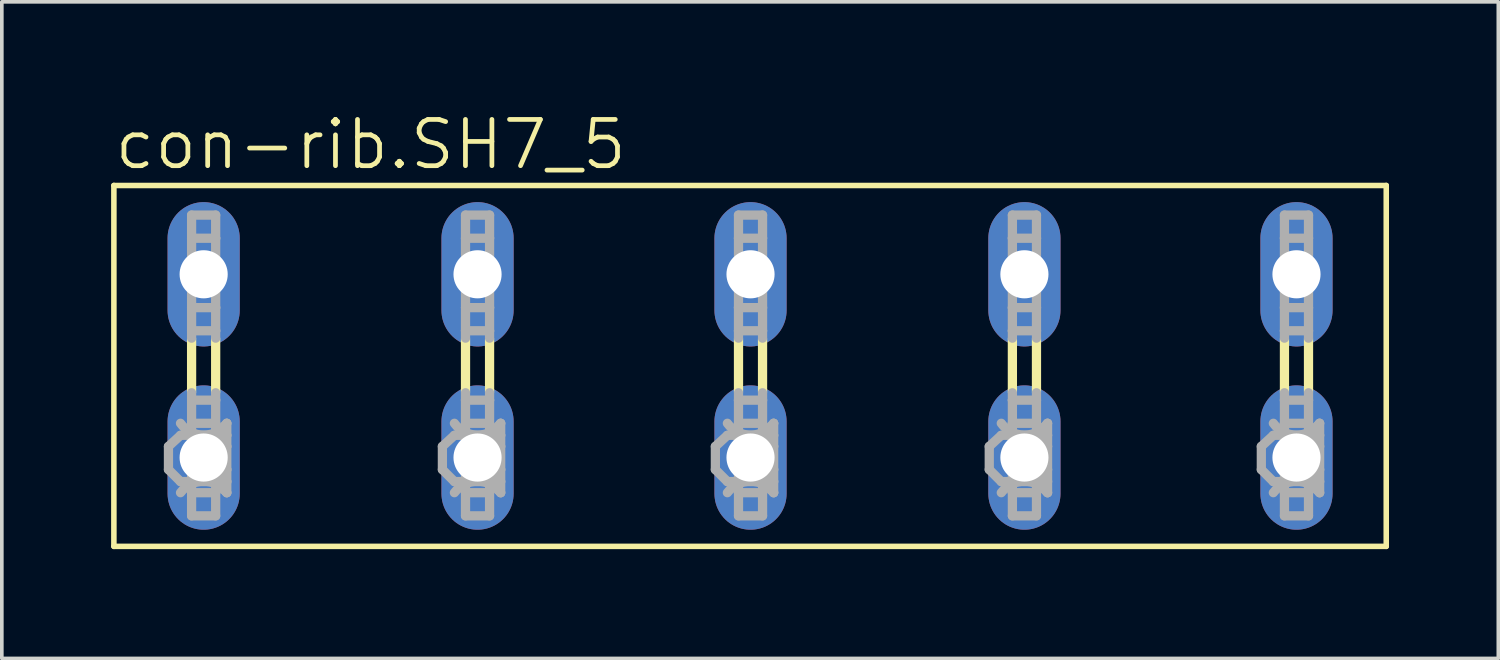
<source format=kicad_pcb>
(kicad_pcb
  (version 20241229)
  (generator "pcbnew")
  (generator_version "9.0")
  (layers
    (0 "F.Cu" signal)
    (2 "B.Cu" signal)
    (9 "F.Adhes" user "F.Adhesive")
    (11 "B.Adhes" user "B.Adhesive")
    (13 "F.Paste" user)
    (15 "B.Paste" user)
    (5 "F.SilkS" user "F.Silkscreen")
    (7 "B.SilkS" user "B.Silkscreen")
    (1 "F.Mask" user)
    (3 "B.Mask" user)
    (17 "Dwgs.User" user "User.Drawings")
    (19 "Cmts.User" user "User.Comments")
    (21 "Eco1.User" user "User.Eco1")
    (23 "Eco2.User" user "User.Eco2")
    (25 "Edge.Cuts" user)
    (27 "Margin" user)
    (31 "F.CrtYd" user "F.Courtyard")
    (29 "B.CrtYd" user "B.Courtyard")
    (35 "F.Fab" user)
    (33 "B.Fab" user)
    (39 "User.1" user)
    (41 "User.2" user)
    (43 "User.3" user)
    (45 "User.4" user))
  (footprint "con-rib.SH7_5"
    (layer "F.Cu")
    (at 17.551 6.994)
    (property "Reference" "con-rib.SH7_5" (at -17.526 -5.334 0) (layer "F.SilkS") (effects (font (size 1.27 1.27) (thickness 0.13)) (justify left bottom)))
    (attr through_hole)
    (fp_line (start -17.475 -4.953) (end -17.475 4.953) (stroke (width 0.152) (type default)) (layer "F.SilkS"))
    (fp_line (start -17.475 -4.953) (end 17.45 -4.953) (stroke (width 0.152) (type default)) (layer "F.SilkS"))
    (fp_line (start -15.342 0.711) (end -15.342 -0.737) (stroke (width 0.254) (type default)) (layer "F.SilkS"))
    (fp_line (start -14.681 0.711) (end -14.681 -0.737) (stroke (width 0.254) (type default)) (layer "F.SilkS"))
    (fp_line (start -7.823 0.711) (end -7.823 -0.737) (stroke (width 0.254) (type default)) (layer "F.SilkS"))
    (fp_line (start -7.163 0.711) (end -7.163 -0.737) (stroke (width 0.254) (type default)) (layer "F.SilkS"))
    (fp_line (start -0.33 0.711) (end -0.33 -0.737) (stroke (width 0.254) (type default)) (layer "F.SilkS"))
    (fp_line (start 0.33 0.711) (end 0.33 -0.737) (stroke (width 0.254) (type default)) (layer "F.SilkS"))
    (fp_line (start 7.188 0.711) (end 7.188 -0.737) (stroke (width 0.254) (type default)) (layer "F.SilkS"))
    (fp_line (start 7.849 0.711) (end 7.849 -0.737) (stroke (width 0.254) (type default)) (layer "F.SilkS"))
    (fp_line (start 14.656 0.711) (end 14.656 -0.737) (stroke (width 0.254) (type default)) (layer "F.SilkS"))
    (fp_line (start 15.316 0.711) (end 15.316 -0.737) (stroke (width 0.254) (type default)) (layer "F.SilkS"))
    (fp_line (start 17.45 4.953) (end -17.475 4.953) (stroke (width 0.152) (type default)) (layer "F.SilkS"))
    (fp_line (start 17.45 4.953) (end 17.45 -4.953) (stroke (width 0.152) (type default)) (layer "F.SilkS"))
    (fp_line (start -15.977 2.21) (end -15.646 1.905) (stroke (width 0.254) (type default)) (layer "F.Fab"))
    (fp_line (start -15.977 2.845) (end -15.977 2.21) (stroke (width 0.254) (type default)) (layer "F.Fab"))
    (fp_line (start -15.977 2.845) (end -15.646 3.175) (stroke (width 0.254) (type default)) (layer "F.Fab"))
    (fp_line (start -15.342 -4.14) (end -14.681 -4.14) (stroke (width 0.254) (type default)) (layer "F.Fab"))
    (fp_line (start -15.342 -3.505) (end -15.342 -4.14) (stroke (width 0.254) (type default)) (layer "F.Fab"))
    (fp_line (start -15.342 -3.505) (end -15.342 -1.6) (stroke (width 0.254) (type default)) (layer "F.Fab"))
    (fp_line (start -15.342 -1.6) (end -14.681 -1.6) (stroke (width 0.254) (type default)) (layer "F.Fab"))
    (fp_line (start -15.342 -0.965) (end -15.342 -1.6) (stroke (width 0.254) (type default)) (layer "F.Fab"))
    (fp_line (start -15.342 -0.965) (end -14.681 -0.965) (stroke (width 0.254) (type default)) (layer "F.Fab"))
    (fp_line (start -15.342 -0.762) (end -15.342 -0.965) (stroke (width 0.254) (type default)) (layer "F.Fab"))
    (fp_line (start -15.342 0.94) (end -15.342 0.737) (stroke (width 0.254) (type default)) (layer "F.Fab"))
    (fp_line (start -15.342 0.94) (end -14.681 0.94) (stroke (width 0.254) (type default)) (layer "F.Fab"))
    (fp_line (start -15.342 1.575) (end -15.342 0.94) (stroke (width 0.254) (type default)) (layer "F.Fab"))
    (fp_line (start -15.342 1.575) (end -15.342 3.48) (stroke (width 0.254) (type default)) (layer "F.Fab"))
    (fp_line (start -15.342 3.48) (end -15.342 4.115) (stroke (width 0.254) (type default)) (layer "F.Fab"))
    (fp_line (start -15.342 3.48) (end -14.681 3.48) (stroke (width 0.254) (type default)) (layer "F.Fab"))
    (fp_line (start -15.342 4.115) (end -14.681 4.115) (stroke (width 0.254) (type default)) (layer "F.Fab"))
    (fp_line (start -14.681 -4.14) (end -14.681 -3.505) (stroke (width 0.254) (type default)) (layer "F.Fab"))
    (fp_line (start -14.681 -3.505) (end -15.342 -3.505) (stroke (width 0.254) (type default)) (layer "F.Fab"))
    (fp_line (start -14.681 -1.6) (end -14.681 -3.505) (stroke (width 0.254) (type default)) (layer "F.Fab"))
    (fp_line (start -14.681 -0.965) (end -14.681 -1.6) (stroke (width 0.254) (type default)) (layer "F.Fab"))
    (fp_line (start -14.681 -0.762) (end -14.681 -0.965) (stroke (width 0.254) (type default)) (layer "F.Fab"))
    (fp_line (start -14.681 0.94) (end -14.681 0.737) (stroke (width 0.254) (type default)) (layer "F.Fab"))
    (fp_line (start -14.681 0.94) (end -14.681 1.575) (stroke (width 0.254) (type default)) (layer "F.Fab"))
    (fp_line (start -14.681 1.575) (end -15.342 1.575) (stroke (width 0.254) (type default)) (layer "F.Fab"))
    (fp_line (start -14.681 1.905) (end -15.646 1.905) (stroke (width 0.254) (type default)) (layer "F.Fab"))
    (fp_line (start -14.681 1.905) (end -14.681 1.575) (stroke (width 0.254) (type default)) (layer "F.Fab"))
    (fp_line (start -14.681 1.905) (end -14.376 1.575) (stroke (width 0.254) (type default)) (layer "F.Fab"))
    (fp_line (start -14.681 1.905) (end -14.376 2.21) (stroke (width 0.254) (type default)) (layer "F.Fab"))
    (fp_line (start -14.681 3.175) (end -15.646 3.175) (stroke (width 0.254) (type default)) (layer "F.Fab"))
    (fp_line (start -14.681 3.175) (end -14.681 1.905) (stroke (width 0.254) (type default)) (layer "F.Fab"))
    (fp_line (start -14.681 3.175) (end -14.376 2.845) (stroke (width 0.254) (type default)) (layer "F.Fab"))
    (fp_line (start -14.681 3.175) (end -14.376 3.48) (stroke (width 0.254) (type default)) (layer "F.Fab"))
    (fp_line (start -14.681 3.48) (end -14.681 3.175) (stroke (width 0.254) (type default)) (layer "F.Fab"))
    (fp_line (start -14.681 4.115) (end -14.681 3.48) (stroke (width 0.254) (type default)) (layer "F.Fab"))
    (fp_line (start -14.376 1.905) (end -14.681 1.905) (stroke (width 0.254) (type default)) (layer "F.Fab"))
    (fp_line (start -14.376 1.905) (end -14.376 1.575) (stroke (width 0.254) (type default)) (layer "F.Fab"))
    (fp_line (start -14.376 2.21) (end -14.376 1.905) (stroke (width 0.254) (type default)) (layer "F.Fab"))
    (fp_line (start -14.376 2.845) (end -14.376 2.21) (stroke (width 0.254) (type default)) (layer "F.Fab"))
    (fp_line (start -14.376 3.175) (end -14.681 3.175) (stroke (width 0.254) (type default)) (layer "F.Fab"))
    (fp_line (start -14.376 3.175) (end -14.376 2.845) (stroke (width 0.254) (type default)) (layer "F.Fab"))
    (fp_line (start -14.376 3.48) (end -14.376 3.175) (stroke (width 0.254) (type default)) (layer "F.Fab"))
    (fp_line (start -8.458 2.21) (end -8.128 1.905) (stroke (width 0.254) (type default)) (layer "F.Fab"))
    (fp_line (start -8.458 2.845) (end -8.458 2.21) (stroke (width 0.254) (type default)) (layer "F.Fab"))
    (fp_line (start -8.458 2.845) (end -8.128 3.175) (stroke (width 0.254) (type default)) (layer "F.Fab"))
    (fp_line (start -7.823 -4.14) (end -7.163 -4.14) (stroke (width 0.254) (type default)) (layer "F.Fab"))
    (fp_line (start -7.823 -3.505) (end -7.823 -4.14) (stroke (width 0.254) (type default)) (layer "F.Fab"))
    (fp_line (start -7.823 -3.505) (end -7.823 -1.6) (stroke (width 0.254) (type default)) (layer "F.Fab"))
    (fp_line (start -7.823 -1.6) (end -7.163 -1.6) (stroke (width 0.254) (type default)) (layer "F.Fab"))
    (fp_line (start -7.823 -0.965) (end -7.823 -1.6) (stroke (width 0.254) (type default)) (layer "F.Fab"))
    (fp_line (start -7.823 -0.965) (end -7.163 -0.965) (stroke (width 0.254) (type default)) (layer "F.Fab"))
    (fp_line (start -7.823 -0.762) (end -7.823 -0.965) (stroke (width 0.254) (type default)) (layer "F.Fab"))
    (fp_line (start -7.823 0.94) (end -7.823 0.737) (stroke (width 0.254) (type default)) (layer "F.Fab"))
    (fp_line (start -7.823 0.94) (end -7.163 0.94) (stroke (width 0.254) (type default)) (layer "F.Fab"))
    (fp_line (start -7.823 1.575) (end -7.823 0.94) (stroke (width 0.254) (type default)) (layer "F.Fab"))
    (fp_line (start -7.823 1.575) (end -7.823 3.48) (stroke (width 0.254) (type default)) (layer "F.Fab"))
    (fp_line (start -7.823 3.48) (end -7.823 4.115) (stroke (width 0.254) (type default)) (layer "F.Fab"))
    (fp_line (start -7.823 3.48) (end -7.163 3.48) (stroke (width 0.254) (type default)) (layer "F.Fab"))
    (fp_line (start -7.823 4.115) (end -7.163 4.115) (stroke (width 0.254) (type default)) (layer "F.Fab"))
    (fp_line (start -7.163 -4.14) (end -7.163 -3.505) (stroke (width 0.254) (type default)) (layer "F.Fab"))
    (fp_line (start -7.163 -3.505) (end -7.823 -3.505) (stroke (width 0.254) (type default)) (layer "F.Fab"))
    (fp_line (start -7.163 -1.6) (end -7.163 -3.505) (stroke (width 0.254) (type default)) (layer "F.Fab"))
    (fp_line (start -7.163 -0.965) (end -7.163 -1.6) (stroke (width 0.254) (type default)) (layer "F.Fab"))
    (fp_line (start -7.163 -0.762) (end -7.163 -0.965) (stroke (width 0.254) (type default)) (layer "F.Fab"))
    (fp_line (start -7.163 0.94) (end -7.163 0.737) (stroke (width 0.254) (type default)) (layer "F.Fab"))
    (fp_line (start -7.163 0.94) (end -7.163 1.575) (stroke (width 0.254) (type default)) (layer "F.Fab"))
    (fp_line (start -7.163 1.575) (end -7.823 1.575) (stroke (width 0.254) (type default)) (layer "F.Fab"))
    (fp_line (start -7.163 1.905) (end -8.128 1.905) (stroke (width 0.254) (type default)) (layer "F.Fab"))
    (fp_line (start -7.163 1.905) (end -7.163 1.575) (stroke (width 0.254) (type default)) (layer "F.Fab"))
    (fp_line (start -7.163 1.905) (end -6.858 1.575) (stroke (width 0.254) (type default)) (layer "F.Fab"))
    (fp_line (start -7.163 1.905) (end -6.858 2.21) (stroke (width 0.254) (type default)) (layer "F.Fab"))
    (fp_line (start -7.163 3.175) (end -8.128 3.175) (stroke (width 0.254) (type default)) (layer "F.Fab"))
    (fp_line (start -7.163 3.175) (end -7.163 1.905) (stroke (width 0.254) (type default)) (layer "F.Fab"))
    (fp_line (start -7.163 3.175) (end -6.858 2.845) (stroke (width 0.254) (type default)) (layer "F.Fab"))
    (fp_line (start -7.163 3.175) (end -6.858 3.48) (stroke (width 0.254) (type default)) (layer "F.Fab"))
    (fp_line (start -7.163 3.48) (end -7.163 3.175) (stroke (width 0.254) (type default)) (layer "F.Fab"))
    (fp_line (start -7.163 4.115) (end -7.163 3.48) (stroke (width 0.254) (type default)) (layer "F.Fab"))
    (fp_line (start -6.858 1.905) (end -7.163 1.905) (stroke (width 0.254) (type default)) (layer "F.Fab"))
    (fp_line (start -6.858 1.905) (end -6.858 1.575) (stroke (width 0.254) (type default)) (layer "F.Fab"))
    (fp_line (start -6.858 2.21) (end -6.858 1.905) (stroke (width 0.254) (type default)) (layer "F.Fab"))
    (fp_line (start -6.858 2.845) (end -6.858 2.21) (stroke (width 0.254) (type default)) (layer "F.Fab"))
    (fp_line (start -6.858 3.175) (end -7.163 3.175) (stroke (width 0.254) (type default)) (layer "F.Fab"))
    (fp_line (start -6.858 3.175) (end -6.858 2.845) (stroke (width 0.254) (type default)) (layer "F.Fab"))
    (fp_line (start -6.858 3.48) (end -6.858 3.175) (stroke (width 0.254) (type default)) (layer "F.Fab"))
    (fp_line (start -0.965 2.21) (end -0.635 1.905) (stroke (width 0.254) (type default)) (layer "F.Fab"))
    (fp_line (start -0.965 2.845) (end -0.965 2.21) (stroke (width 0.254) (type default)) (layer "F.Fab"))
    (fp_line (start -0.965 2.845) (end -0.635 3.175) (stroke (width 0.254) (type default)) (layer "F.Fab"))
    (fp_line (start -0.33 -4.14) (end 0.33 -4.14) (stroke (width 0.254) (type default)) (layer "F.Fab"))
    (fp_line (start -0.33 -3.505) (end -0.33 -4.14) (stroke (width 0.254) (type default)) (layer "F.Fab"))
    (fp_line (start -0.33 -3.505) (end -0.33 -1.6) (stroke (width 0.254) (type default)) (layer "F.Fab"))
    (fp_line (start -0.33 -1.6) (end 0.33 -1.6) (stroke (width 0.254) (type default)) (layer "F.Fab"))
    (fp_line (start -0.33 -0.965) (end -0.33 -1.6) (stroke (width 0.254) (type default)) (layer "F.Fab"))
    (fp_line (start -0.33 -0.965) (end 0.33 -0.965) (stroke (width 0.254) (type default)) (layer "F.Fab"))
    (fp_line (start -0.33 -0.762) (end -0.33 -0.965) (stroke (width 0.254) (type default)) (layer "F.Fab"))
    (fp_line (start -0.33 0.94) (end -0.33 0.737) (stroke (width 0.254) (type default)) (layer "F.Fab"))
    (fp_line (start -0.33 0.94) (end 0.33 0.94) (stroke (width 0.254) (type default)) (layer "F.Fab"))
    (fp_line (start -0.33 1.575) (end -0.33 0.94) (stroke (width 0.254) (type default)) (layer "F.Fab"))
    (fp_line (start -0.33 1.575) (end -0.33 3.48) (stroke (width 0.254) (type default)) (layer "F.Fab"))
    (fp_line (start -0.33 3.48) (end -0.33 4.115) (stroke (width 0.254) (type default)) (layer "F.Fab"))
    (fp_line (start -0.33 3.48) (end 0.33 3.48) (stroke (width 0.254) (type default)) (layer "F.Fab"))
    (fp_line (start -0.33 4.115) (end 0.33 4.115) (stroke (width 0.254) (type default)) (layer "F.Fab"))
    (fp_line (start 0.33 -4.14) (end 0.33 -3.505) (stroke (width 0.254) (type default)) (layer "F.Fab"))
    (fp_line (start 0.33 -3.505) (end -0.33 -3.505) (stroke (width 0.254) (type default)) (layer "F.Fab"))
    (fp_line (start 0.33 -1.6) (end 0.33 -3.505) (stroke (width 0.254) (type default)) (layer "F.Fab"))
    (fp_line (start 0.33 -0.965) (end 0.33 -1.6) (stroke (width 0.254) (type default)) (layer "F.Fab"))
    (fp_line (start 0.33 -0.762) (end 0.33 -0.965) (stroke (width 0.254) (type default)) (layer "F.Fab"))
    (fp_line (start 0.33 0.94) (end 0.33 0.737) (stroke (width 0.254) (type default)) (layer "F.Fab"))
    (fp_line (start 0.33 0.94) (end 0.33 1.575) (stroke (width 0.254) (type default)) (layer "F.Fab"))
    (fp_line (start 0.33 1.575) (end -0.33 1.575) (stroke (width 0.254) (type default)) (layer "F.Fab"))
    (fp_line (start 0.33 1.905) (end -0.635 1.905) (stroke (width 0.254) (type default)) (layer "F.Fab"))
    (fp_line (start 0.33 1.905) (end 0.33 1.575) (stroke (width 0.254) (type default)) (layer "F.Fab"))
    (fp_line (start 0.33 1.905) (end 0.635 1.575) (stroke (width 0.254) (type default)) (layer "F.Fab"))
    (fp_line (start 0.33 1.905) (end 0.635 2.21) (stroke (width 0.254) (type default)) (layer "F.Fab"))
    (fp_line (start 0.33 3.175) (end -0.635 3.175) (stroke (width 0.254) (type default)) (layer "F.Fab"))
    (fp_line (start 0.33 3.175) (end 0.33 1.905) (stroke (width 0.254) (type default)) (layer "F.Fab"))
    (fp_line (start 0.33 3.175) (end 0.635 2.845) (stroke (width 0.254) (type default)) (layer "F.Fab"))
    (fp_line (start 0.33 3.175) (end 0.635 3.48) (stroke (width 0.254) (type default)) (layer "F.Fab"))
    (fp_line (start 0.33 3.48) (end 0.33 3.175) (stroke (width 0.254) (type default)) (layer "F.Fab"))
    (fp_line (start 0.33 4.115) (end 0.33 3.48) (stroke (width 0.254) (type default)) (layer "F.Fab"))
    (fp_line (start 0.635 1.905) (end 0.33 1.905) (stroke (width 0.254) (type default)) (layer "F.Fab"))
    (fp_line (start 0.635 1.905) (end 0.635 1.575) (stroke (width 0.254) (type default)) (layer "F.Fab"))
    (fp_line (start 0.635 2.21) (end 0.635 1.905) (stroke (width 0.254) (type default)) (layer "F.Fab"))
    (fp_line (start 0.635 2.845) (end 0.635 2.21) (stroke (width 0.254) (type default)) (layer "F.Fab"))
    (fp_line (start 0.635 3.175) (end 0.33 3.175) (stroke (width 0.254) (type default)) (layer "F.Fab"))
    (fp_line (start 0.635 3.175) (end 0.635 2.845) (stroke (width 0.254) (type default)) (layer "F.Fab"))
    (fp_line (start 0.635 3.48) (end 0.635 3.175) (stroke (width 0.254) (type default)) (layer "F.Fab"))
    (fp_line (start 6.553 2.21) (end 6.883 1.905) (stroke (width 0.254) (type default)) (layer "F.Fab"))
    (fp_line (start 6.553 2.845) (end 6.553 2.21) (stroke (width 0.254) (type default)) (layer "F.Fab"))
    (fp_line (start 6.553 2.845) (end 6.883 3.175) (stroke (width 0.254) (type default)) (layer "F.Fab"))
    (fp_line (start 7.188 -4.14) (end 7.849 -4.14) (stroke (width 0.254) (type default)) (layer "F.Fab"))
    (fp_line (start 7.188 -3.505) (end 7.188 -4.14) (stroke (width 0.254) (type default)) (layer "F.Fab"))
    (fp_line (start 7.188 -3.505) (end 7.188 -1.6) (stroke (width 0.254) (type default)) (layer "F.Fab"))
    (fp_line (start 7.188 -1.6) (end 7.849 -1.6) (stroke (width 0.254) (type default)) (layer "F.Fab"))
    (fp_line (start 7.188 -0.965) (end 7.188 -1.6) (stroke (width 0.254) (type default)) (layer "F.Fab"))
    (fp_line (start 7.188 -0.965) (end 7.849 -0.965) (stroke (width 0.254) (type default)) (layer "F.Fab"))
    (fp_line (start 7.188 -0.762) (end 7.188 -0.965) (stroke (width 0.254) (type default)) (layer "F.Fab"))
    (fp_line (start 7.188 0.94) (end 7.188 0.737) (stroke (width 0.254) (type default)) (layer "F.Fab"))
    (fp_line (start 7.188 0.94) (end 7.849 0.94) (stroke (width 0.254) (type default)) (layer "F.Fab"))
    (fp_line (start 7.188 1.575) (end 7.188 0.94) (stroke (width 0.254) (type default)) (layer "F.Fab"))
    (fp_line (start 7.188 1.575) (end 7.188 3.48) (stroke (width 0.254) (type default)) (layer "F.Fab"))
    (fp_line (start 7.188 3.48) (end 7.188 4.115) (stroke (width 0.254) (type default)) (layer "F.Fab"))
    (fp_line (start 7.188 3.48) (end 7.849 3.48) (stroke (width 0.254) (type default)) (layer "F.Fab"))
    (fp_line (start 7.188 4.115) (end 7.849 4.115) (stroke (width 0.254) (type default)) (layer "F.Fab"))
    (fp_line (start 7.849 -4.14) (end 7.849 -3.505) (stroke (width 0.254) (type default)) (layer "F.Fab"))
    (fp_line (start 7.849 -3.505) (end 7.188 -3.505) (stroke (width 0.254) (type default)) (layer "F.Fab"))
    (fp_line (start 7.849 -1.6) (end 7.849 -3.505) (stroke (width 0.254) (type default)) (layer "F.Fab"))
    (fp_line (start 7.849 -0.965) (end 7.849 -1.6) (stroke (width 0.254) (type default)) (layer "F.Fab"))
    (fp_line (start 7.849 -0.762) (end 7.849 -0.965) (stroke (width 0.254) (type default)) (layer "F.Fab"))
    (fp_line (start 7.849 0.94) (end 7.849 0.737) (stroke (width 0.254) (type default)) (layer "F.Fab"))
    (fp_line (start 7.849 0.94) (end 7.849 1.575) (stroke (width 0.254) (type default)) (layer "F.Fab"))
    (fp_line (start 7.849 1.575) (end 7.188 1.575) (stroke (width 0.254) (type default)) (layer "F.Fab"))
    (fp_line (start 7.849 1.905) (end 6.883 1.905) (stroke (width 0.254) (type default)) (layer "F.Fab"))
    (fp_line (start 7.849 1.905) (end 7.849 1.575) (stroke (width 0.254) (type default)) (layer "F.Fab"))
    (fp_line (start 7.849 1.905) (end 8.153 1.575) (stroke (width 0.254) (type default)) (layer "F.Fab"))
    (fp_line (start 7.849 1.905) (end 8.153 2.21) (stroke (width 0.254) (type default)) (layer "F.Fab"))
    (fp_line (start 7.849 3.175) (end 6.883 3.175) (stroke (width 0.254) (type default)) (layer "F.Fab"))
    (fp_line (start 7.849 3.175) (end 7.849 1.905) (stroke (width 0.254) (type default)) (layer "F.Fab"))
    (fp_line (start 7.849 3.175) (end 8.153 2.845) (stroke (width 0.254) (type default)) (layer "F.Fab"))
    (fp_line (start 7.849 3.175) (end 8.153 3.48) (stroke (width 0.254) (type default)) (layer "F.Fab"))
    (fp_line (start 7.849 3.48) (end 7.849 3.175) (stroke (width 0.254) (type default)) (layer "F.Fab"))
    (fp_line (start 7.849 4.115) (end 7.849 3.48) (stroke (width 0.254) (type default)) (layer "F.Fab"))
    (fp_line (start 8.153 1.905) (end 7.849 1.905) (stroke (width 0.254) (type default)) (layer "F.Fab"))
    (fp_line (start 8.153 1.905) (end 8.153 1.575) (stroke (width 0.254) (type default)) (layer "F.Fab"))
    (fp_line (start 8.153 2.21) (end 8.153 1.905) (stroke (width 0.254) (type default)) (layer "F.Fab"))
    (fp_line (start 8.153 2.845) (end 8.153 2.21) (stroke (width 0.254) (type default)) (layer "F.Fab"))
    (fp_line (start 8.153 3.175) (end 7.849 3.175) (stroke (width 0.254) (type default)) (layer "F.Fab"))
    (fp_line (start 8.153 3.175) (end 8.153 2.845) (stroke (width 0.254) (type default)) (layer "F.Fab"))
    (fp_line (start 8.153 3.48) (end 8.153 3.175) (stroke (width 0.254) (type default)) (layer "F.Fab"))
    (fp_line (start 14.021 2.21) (end 14.351 1.905) (stroke (width 0.254) (type default)) (layer "F.Fab"))
    (fp_line (start 14.021 2.845) (end 14.021 2.21) (stroke (width 0.254) (type default)) (layer "F.Fab"))
    (fp_line (start 14.021 2.845) (end 14.351 3.175) (stroke (width 0.254) (type default)) (layer "F.Fab"))
    (fp_line (start 14.656 -4.14) (end 15.316 -4.14) (stroke (width 0.254) (type default)) (layer "F.Fab"))
    (fp_line (start 14.656 -3.505) (end 14.656 -4.14) (stroke (width 0.254) (type default)) (layer "F.Fab"))
    (fp_line (start 14.656 -3.505) (end 14.656 -1.6) (stroke (width 0.254) (type default)) (layer "F.Fab"))
    (fp_line (start 14.656 -1.6) (end 15.316 -1.6) (stroke (width 0.254) (type default)) (layer "F.Fab"))
    (fp_line (start 14.656 -0.965) (end 14.656 -1.6) (stroke (width 0.254) (type default)) (layer "F.Fab"))
    (fp_line (start 14.656 -0.965) (end 15.316 -0.965) (stroke (width 0.254) (type default)) (layer "F.Fab"))
    (fp_line (start 14.656 -0.762) (end 14.656 -0.965) (stroke (width 0.254) (type default)) (layer "F.Fab"))
    (fp_line (start 14.656 0.94) (end 14.656 0.737) (stroke (width 0.254) (type default)) (layer "F.Fab"))
    (fp_line (start 14.656 0.94) (end 15.316 0.94) (stroke (width 0.254) (type default)) (layer "F.Fab"))
    (fp_line (start 14.656 1.575) (end 14.656 0.94) (stroke (width 0.254) (type default)) (layer "F.Fab"))
    (fp_line (start 14.656 1.575) (end 14.656 3.48) (stroke (width 0.254) (type default)) (layer "F.Fab"))
    (fp_line (start 14.656 3.48) (end 14.656 4.115) (stroke (width 0.254) (type default)) (layer "F.Fab"))
    (fp_line (start 14.656 3.48) (end 15.316 3.48) (stroke (width 0.254) (type default)) (layer "F.Fab"))
    (fp_line (start 14.656 4.115) (end 15.316 4.115) (stroke (width 0.254) (type default)) (layer "F.Fab"))
    (fp_line (start 15.316 -4.14) (end 15.316 -3.505) (stroke (width 0.254) (type default)) (layer "F.Fab"))
    (fp_line (start 15.316 -3.505) (end 14.656 -3.505) (stroke (width 0.254) (type default)) (layer "F.Fab"))
    (fp_line (start 15.316 -1.6) (end 15.316 -3.505) (stroke (width 0.254) (type default)) (layer "F.Fab"))
    (fp_line (start 15.316 -0.965) (end 15.316 -1.6) (stroke (width 0.254) (type default)) (layer "F.Fab"))
    (fp_line (start 15.316 -0.762) (end 15.316 -0.965) (stroke (width 0.254) (type default)) (layer "F.Fab"))
    (fp_line (start 15.316 0.94) (end 15.316 0.737) (stroke (width 0.254) (type default)) (layer "F.Fab"))
    (fp_line (start 15.316 0.94) (end 15.316 1.575) (stroke (width 0.254) (type default)) (layer "F.Fab"))
    (fp_line (start 15.316 1.575) (end 14.656 1.575) (stroke (width 0.254) (type default)) (layer "F.Fab"))
    (fp_line (start 15.316 1.905) (end 14.351 1.905) (stroke (width 0.254) (type default)) (layer "F.Fab"))
    (fp_line (start 15.316 1.905) (end 15.316 1.575) (stroke (width 0.254) (type default)) (layer "F.Fab"))
    (fp_line (start 15.316 1.905) (end 15.621 1.575) (stroke (width 0.254) (type default)) (layer "F.Fab"))
    (fp_line (start 15.316 1.905) (end 15.621 2.21) (stroke (width 0.254) (type default)) (layer "F.Fab"))
    (fp_line (start 15.316 3.175) (end 14.351 3.175) (stroke (width 0.254) (type default)) (layer "F.Fab"))
    (fp_line (start 15.316 3.175) (end 15.316 1.905) (stroke (width 0.254) (type default)) (layer "F.Fab"))
    (fp_line (start 15.316 3.175) (end 15.621 2.845) (stroke (width 0.254) (type default)) (layer "F.Fab"))
    (fp_line (start 15.316 3.175) (end 15.621 3.48) (stroke (width 0.254) (type default)) (layer "F.Fab"))
    (fp_line (start 15.316 3.48) (end 15.316 3.175) (stroke (width 0.254) (type default)) (layer "F.Fab"))
    (fp_line (start 15.316 4.115) (end 15.316 3.48) (stroke (width 0.254) (type default)) (layer "F.Fab"))
    (fp_line (start 15.621 1.905) (end 15.316 1.905) (stroke (width 0.254) (type default)) (layer "F.Fab"))
    (fp_line (start 15.621 1.905) (end 15.621 1.575) (stroke (width 0.254) (type default)) (layer "F.Fab"))
    (fp_line (start 15.621 2.21) (end 15.621 1.905) (stroke (width 0.254) (type default)) (layer "F.Fab"))
    (fp_line (start 15.621 2.845) (end 15.621 2.21) (stroke (width 0.254) (type default)) (layer "F.Fab"))
    (fp_line (start 15.621 3.175) (end 15.316 3.175) (stroke (width 0.254) (type default)) (layer "F.Fab"))
    (fp_line (start 15.621 3.175) (end 15.621 2.845) (stroke (width 0.254) (type default)) (layer "F.Fab"))
    (fp_line (start 15.621 3.48) (end 15.621 3.175) (stroke (width 0.254) (type default)) (layer "F.Fab"))
    (fp_arc (start -15.6464 3.4798) (mid -15.0114 3.164824) (end -14.3764 3.4798) (stroke (width 0.254) (type default)) (layer "F.Fab"))
    (fp_arc (start -14.3764 1.5748) (mid -15.0114 1.900068) (end -15.6464 1.5748) (stroke (width 0.254) (type default)) (layer "F.Fab"))
    (fp_arc (start -8.128 3.4798) (mid -7.493 3.164824) (end -6.858 3.4798) (stroke (width 0.254) (type default)) (layer "F.Fab"))
    (fp_arc (start -6.858 1.5748) (mid -7.493 1.900068) (end -8.128 1.5748) (stroke (width 0.254) (type default)) (layer "F.Fab"))
    (fp_arc (start -0.635 3.4798) (mid 0 3.164824) (end 0.635 3.4798) (stroke (width 0.254) (type default)) (layer "F.Fab"))
    (fp_arc (start 0.635 1.5748) (mid 0 1.900068) (end -0.635 1.5748) (stroke (width 0.254) (type default)) (layer "F.Fab"))
    (fp_arc (start 6.8834 3.4798) (mid 7.5184 3.164824) (end 8.1534 3.4798) (stroke (width 0.254) (type default)) (layer "F.Fab"))
    (fp_arc (start 8.1534 1.5748) (mid 7.5184 1.900068) (end 6.8834 1.5748) (stroke (width 0.254) (type default)) (layer "F.Fab"))
    (fp_arc (start 14.351 3.4798) (mid 14.986 3.164824) (end 15.621 3.4798) (stroke (width 0.254) (type default)) (layer "F.Fab"))
    (fp_arc (start 15.621 1.5748) (mid 14.986 1.900068) (end 14.351 1.5748) (stroke (width 0.254) (type default)) (layer "F.Fab"))
    (pad "1" thru_hole oval (at -15.011 2.515 90) (size 3.962 1.981) (drill 1.321) (layers "*.Cu" "*.Mask"))
    (pad "2" thru_hole oval (at -15.011 -2.515 90) (size 3.962 1.981) (drill 1.321) (layers "*.Cu" "*.Mask"))
    (pad "3" thru_hole oval (at -7.493 2.515 90) (size 3.962 1.981) (drill 1.321) (layers "*.Cu" "*.Mask"))
    (pad "4" thru_hole oval (at -7.493 -2.515 90) (size 3.962 1.981) (drill 1.321) (layers "*.Cu" "*.Mask"))
    (pad "5" thru_hole oval (at 0 2.515 90) (size 3.962 1.981) (drill 1.321) (layers "*.Cu" "*.Mask"))
    (pad "6" thru_hole oval (at 0 -2.515 90) (size 3.962 1.981) (drill 1.321) (layers "*.Cu" "*.Mask"))
    (pad "7" thru_hole oval (at 7.518 2.515 90) (size 3.962 1.981) (drill 1.321) (layers "*.Cu" "*.Mask"))
    (pad "8" thru_hole oval (at 7.518 -2.515 90) (size 3.962 1.981) (drill 1.321) (layers "*.Cu" "*.Mask"))
    (pad "9" thru_hole oval (at 14.986 2.515 90) (size 3.962 1.981) (drill 1.321) (layers "*.Cu" "*.Mask"))
    (pad "10" thru_hole oval (at 14.986 -2.515 90) (size 3.962 1.981) (drill 1.321) (layers "*.Cu" "*.Mask")))
  (gr_rect
    (start -3 -3)
    (end 38.077 15.023)
    (stroke (width 0.1) (type default))
    (fill no)
    (layer "Edge.Cuts")))
</source>
